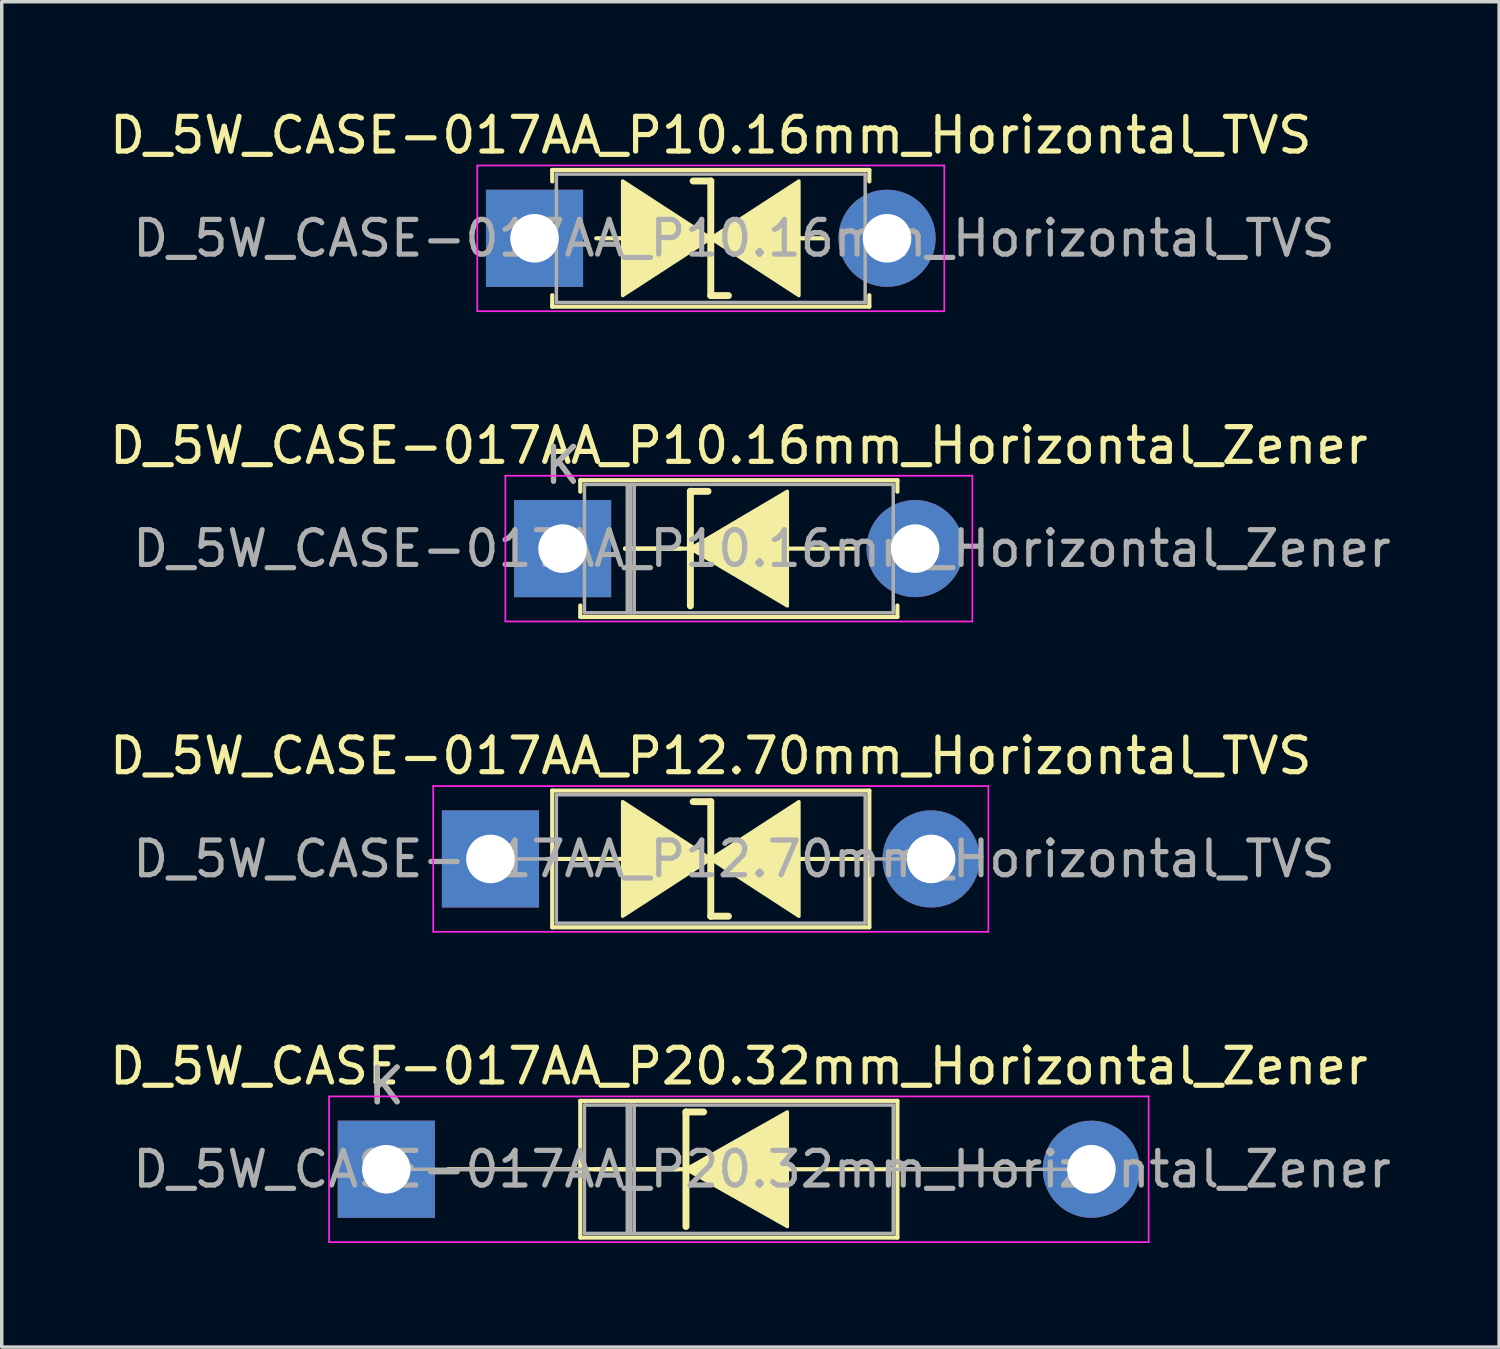
<source format=kicad_pcb>
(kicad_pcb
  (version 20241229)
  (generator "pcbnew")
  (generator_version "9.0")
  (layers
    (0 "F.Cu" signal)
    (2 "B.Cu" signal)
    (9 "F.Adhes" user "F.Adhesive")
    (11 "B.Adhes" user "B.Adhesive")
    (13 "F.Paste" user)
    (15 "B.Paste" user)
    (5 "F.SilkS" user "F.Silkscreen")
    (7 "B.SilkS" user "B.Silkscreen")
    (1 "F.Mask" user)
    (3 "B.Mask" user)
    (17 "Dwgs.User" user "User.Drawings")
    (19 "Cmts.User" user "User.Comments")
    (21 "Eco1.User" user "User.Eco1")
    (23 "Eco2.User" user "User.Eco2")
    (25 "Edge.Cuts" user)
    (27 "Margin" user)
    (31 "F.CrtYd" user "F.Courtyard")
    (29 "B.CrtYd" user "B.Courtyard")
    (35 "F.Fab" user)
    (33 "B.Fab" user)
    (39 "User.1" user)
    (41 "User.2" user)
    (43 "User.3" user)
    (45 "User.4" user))
  (footprint "D_5W_CASE-017AA_P20.32mm_Horizontal_Zener"
    (layer "F.Cu")
    (at 8.084 30.648)
    (property "Reference" "D_5W_CASE-017AA_P20.32mm_Horizontal_Zener" (at 10.16 -2.97 0) (layer "F.SilkS") (effects (font (size 1 1) (thickness 0.15))))
    (fp_line (start 1.778 0) (end 8.41 0) (stroke (width 0.12) (type solid)) (layer "F.SilkS"))
    (fp_line (start 5.59 -1.97) (end 5.59 1.97) (stroke (width 0.12) (type solid)) (layer "F.SilkS"))
    (fp_line (start 5.59 1.97) (end 14.73 1.97) (stroke (width 0.12) (type solid)) (layer "F.SilkS"))
    (fp_line (start 8.636 -1.651) (end 8.636 1.651) (stroke (width 0.2) (type solid)) (layer "F.SilkS"))
    (fp_line (start 8.636 -1.651) (end 9.144 -1.651) (stroke (width 0.2) (type solid)) (layer "F.SilkS"))
    (fp_line (start 8.636 0) (end 6.01 0) (stroke (width 0.12) (type solid)) (layer "F.SilkS"))
    (fp_line (start 14.73 -1.97) (end 5.59 -1.97) (stroke (width 0.12) (type solid)) (layer "F.SilkS"))
    (fp_line (start 14.73 1.97) (end 14.73 -1.97) (stroke (width 0.12) (type solid)) (layer "F.SilkS"))
    (fp_line (start 18.542 0) (end 11.43 0) (stroke (width 0.12) (type solid)) (layer "F.SilkS"))
    (fp_poly (pts (xy 11.557 1.651) (xy 8.636 0) (xy 11.557 -1.651)) (stroke (width 0.1) (type solid)) (fill yes) (layer "F.SilkS"))
    (fp_line (start -1.65 -2.1) (end -1.65 2.1) (stroke (width 0.05) (type solid)) (layer "F.CrtYd"))
    (fp_line (start -1.65 2.1) (end 21.97 2.1) (stroke (width 0.05) (type solid)) (layer "F.CrtYd"))
    (fp_line (start 21.97 -2.1) (end -1.65 -2.1) (stroke (width 0.05) (type solid)) (layer "F.CrtYd"))
    (fp_line (start 21.97 2.1) (end 21.97 -2.1) (stroke (width 0.05) (type solid)) (layer "F.CrtYd"))
    (fp_line (start 0 0) (end 5.71 0) (stroke (width 0.1) (type solid)) (layer "F.Fab"))
    (fp_line (start 5.71 -1.85) (end 5.71 1.85) (stroke (width 0.1) (type solid)) (layer "F.Fab"))
    (fp_line (start 5.71 1.85) (end 14.61 1.85) (stroke (width 0.1) (type solid)) (layer "F.Fab"))
    (fp_line (start 6.945 -1.85) (end 6.945 1.85) (stroke (width 0.1) (type solid)) (layer "F.Fab"))
    (fp_line (start 7.045 -1.85) (end 7.045 1.85) (stroke (width 0.1) (type solid)) (layer "F.Fab"))
    (fp_line (start 7.145 -1.85) (end 7.145 1.85) (stroke (width 0.1) (type solid)) (layer "F.Fab"))
    (fp_line (start 14.61 -1.85) (end 5.71 -1.85) (stroke (width 0.1) (type solid)) (layer "F.Fab"))
    (fp_line (start 14.61 1.85) (end 14.61 -1.85) (stroke (width 0.1) (type solid)) (layer "F.Fab"))
    (fp_line (start 20.32 0) (end 14.61 0) (stroke (width 0.1) (type solid)) (layer "F.Fab"))
    (fp_text user "K" (at 0 -2.4 0) (layer "F.SilkS") (effects (font (size 1 1) (thickness 0.15))))
    (fp_text user "${REFERENCE}" (at 10.828 0 0) (layer "F.Fab") (effects (font (size 1 1) (thickness 0.15))))
    (fp_text user "K" (at 0 -2.4 0) (layer "F.Fab") (effects (font (size 1 1) (thickness 0.15))))
    (pad "1" thru_hole rect (at 0 0) (size 2.8 2.8) (drill 1.4) (layers "*.Cu" "*.Mask"))
    (pad "2" thru_hole oval (at 20.32 0) (size 2.8 2.8) (drill 1.4) (layers "*.Cu" "*.Mask")))
  (footprint "D_5W_CASE-017AA_P10.16mm_Horizontal_TVS"
    (layer "F.Cu")
    (at 12.355 3.818)
    (property "Reference" "D_5W_CASE-017AA_P10.16mm_Horizontal_TVS" (at 5.08 -2.97 0) (layer "F.SilkS") (effects (font (size 1 1) (thickness 0.15))))
    (fp_line (start 0.51 -1.97) (end 9.65 -1.97) (stroke (width 0.12) (type solid)) (layer "F.SilkS"))
    (fp_line (start 0.51 -1.64) (end 0.51 -1.97) (stroke (width 0.12) (type solid)) (layer "F.SilkS"))
    (fp_line (start 0.51 1.64) (end 0.51 1.97) (stroke (width 0.12) (type solid)) (layer "F.SilkS"))
    (fp_line (start 0.51 1.97) (end 9.65 1.97) (stroke (width 0.12) (type solid)) (layer "F.SilkS"))
    (fp_line (start 1.778 0) (end 2.54 0) (stroke (width 0.12) (type solid)) (layer "F.SilkS"))
    (fp_line (start 5.08 -1.651) (end 4.572 -1.651) (stroke (width 0.2) (type solid)) (layer "F.SilkS"))
    (fp_line (start 5.08 1.651) (end 5.08 -1.651) (stroke (width 0.2) (type solid)) (layer "F.SilkS"))
    (fp_line (start 5.588 1.651) (end 5.08 1.651) (stroke (width 0.2) (type solid)) (layer "F.SilkS"))
    (fp_line (start 8.382 0) (end 7.62 0) (stroke (width 0.12) (type solid)) (layer "F.SilkS"))
    (fp_line (start 9.65 -1.97) (end 9.65 -1.64) (stroke (width 0.12) (type solid)) (layer "F.SilkS"))
    (fp_line (start 9.65 1.97) (end 9.65 1.64) (stroke (width 0.12) (type solid)) (layer "F.SilkS"))
    (fp_poly (pts (xy 5.08 0) (xy 2.54 1.651) (xy 2.54 -1.651)) (stroke (width 0.1) (type solid)) (fill yes) (layer "F.SilkS"))
    (fp_poly (pts (xy 5.08 0) (xy 7.62 -1.651) (xy 7.62 1.651)) (stroke (width 0.1) (type solid)) (fill yes) (layer "F.SilkS"))
    (fp_line (start -1.65 -2.1) (end -1.65 2.1) (stroke (width 0.05) (type solid)) (layer "F.CrtYd"))
    (fp_line (start -1.65 2.1) (end 11.81 2.1) (stroke (width 0.05) (type solid)) (layer "F.CrtYd"))
    (fp_line (start 11.81 -2.1) (end -1.65 -2.1) (stroke (width 0.05) (type solid)) (layer "F.CrtYd"))
    (fp_line (start 11.81 2.1) (end 11.81 -2.1) (stroke (width 0.05) (type solid)) (layer "F.CrtYd"))
    (fp_line (start 0 0) (end 0.63 0) (stroke (width 0.1) (type solid)) (layer "F.Fab"))
    (fp_line (start 0.63 -1.85) (end 0.63 1.85) (stroke (width 0.1) (type solid)) (layer "F.Fab"))
    (fp_line (start 0.63 1.85) (end 9.53 1.85) (stroke (width 0.1) (type solid)) (layer "F.Fab"))
    (fp_line (start 9.53 -1.85) (end 0.63 -1.85) (stroke (width 0.1) (type solid)) (layer "F.Fab"))
    (fp_line (start 9.53 1.85) (end 9.53 -1.85) (stroke (width 0.1) (type solid)) (layer "F.Fab"))
    (fp_line (start 10.16 0) (end 9.53 0) (stroke (width 0.1) (type solid)) (layer "F.Fab"))
    (fp_text user "${REFERENCE}" (at 5.747 0 0) (layer "F.Fab") (effects (font (size 1 1) (thickness 0.15))))
    (pad "1" thru_hole rect (at 0 0) (size 2.8 2.8) (drill 1.4) (layers "*.Cu" "*.Mask"))
    (pad "2" thru_hole oval (at 10.16 0) (size 2.8 2.8) (drill 1.4) (layers "*.Cu" "*.Mask")))
  (footprint "D_5W_CASE-017AA_P10.16mm_Horizontal_Zener"
    (layer "F.Cu")
    (at 13.164 12.761)
    (property "Reference" "D_5W_CASE-017AA_P10.16mm_Horizontal_Zener" (at 5.08 -2.97 0) (layer "F.SilkS") (effects (font (size 1 1) (thickness 0.15))))
    (fp_line (start 0.51 -1.97) (end 9.65 -1.97) (stroke (width 0.12) (type solid)) (layer "F.SilkS"))
    (fp_line (start 0.51 -1.64) (end 0.51 -1.97) (stroke (width 0.12) (type solid)) (layer "F.SilkS"))
    (fp_line (start 0.51 1.64) (end 0.51 1.97) (stroke (width 0.12) (type solid)) (layer "F.SilkS"))
    (fp_line (start 0.51 1.97) (end 9.65 1.97) (stroke (width 0.12) (type solid)) (layer "F.SilkS"))
    (fp_line (start 1.8 0) (end 3.4 0) (stroke (width 0.12) (type solid)) (layer "F.SilkS"))
    (fp_line (start 3.683 -1.651) (end 3.683 1.651) (stroke (width 0.2) (type solid)) (layer "F.SilkS"))
    (fp_line (start 3.683 -1.651) (end 4.191 -1.651) (stroke (width 0.2) (type solid)) (layer "F.SilkS"))
    (fp_line (start 3.683 0) (end 1.8 0) (stroke (width 0.12) (type solid)) (layer "F.SilkS"))
    (fp_line (start 8.4 0) (end 6.35 0) (stroke (width 0.12) (type solid)) (layer "F.SilkS"))
    (fp_line (start 9.65 -1.97) (end 9.65 -1.64) (stroke (width 0.12) (type solid)) (layer "F.SilkS"))
    (fp_line (start 9.65 1.97) (end 9.65 1.64) (stroke (width 0.12) (type solid)) (layer "F.SilkS"))
    (fp_poly (pts (xy 6.477 1.651) (xy 3.683 0) (xy 6.477 -1.651)) (stroke (width 0.1) (type solid)) (fill yes) (layer "F.SilkS"))
    (fp_line (start -1.65 -2.1) (end -1.65 2.1) (stroke (width 0.05) (type solid)) (layer "F.CrtYd"))
    (fp_line (start -1.65 2.1) (end 11.81 2.1) (stroke (width 0.05) (type solid)) (layer "F.CrtYd"))
    (fp_line (start 11.81 -2.1) (end -1.65 -2.1) (stroke (width 0.05) (type solid)) (layer "F.CrtYd"))
    (fp_line (start 11.81 2.1) (end 11.81 -2.1) (stroke (width 0.05) (type solid)) (layer "F.CrtYd"))
    (fp_line (start 0 0) (end 0.63 0) (stroke (width 0.1) (type solid)) (layer "F.Fab"))
    (fp_line (start 0.63 -1.85) (end 0.63 1.85) (stroke (width 0.1) (type solid)) (layer "F.Fab"))
    (fp_line (start 0.63 1.85) (end 9.53 1.85) (stroke (width 0.1) (type solid)) (layer "F.Fab"))
    (fp_line (start 1.865 -1.85) (end 1.865 1.85) (stroke (width 0.1) (type solid)) (layer "F.Fab"))
    (fp_line (start 1.965 -1.85) (end 1.965 1.85) (stroke (width 0.1) (type solid)) (layer "F.Fab"))
    (fp_line (start 2.065 -1.85) (end 2.065 1.85) (stroke (width 0.1) (type solid)) (layer "F.Fab"))
    (fp_line (start 9.53 -1.85) (end 0.63 -1.85) (stroke (width 0.1) (type solid)) (layer "F.Fab"))
    (fp_line (start 9.53 1.85) (end 9.53 -1.85) (stroke (width 0.1) (type solid)) (layer "F.Fab"))
    (fp_line (start 10.16 0) (end 9.53 0) (stroke (width 0.1) (type solid)) (layer "F.Fab"))
    (fp_text user "K" (at 0 -2.4 0) (layer "F.SilkS") (effects (font (size 1 1) (thickness 0.15))))
    (fp_text user "K" (at 0 -2.4 0) (layer "F.Fab") (effects (font (size 1 1) (thickness 0.15))))
    (fp_text user "${REFERENCE}" (at 5.747 0 0) (layer "F.Fab") (effects (font (size 1 1) (thickness 0.15))))
    (pad "1" thru_hole rect (at 0 0) (size 2.8 2.8) (drill 1.4) (layers "*.Cu" "*.Mask"))
    (pad "2" thru_hole oval (at 10.16 0) (size 2.8 2.8) (drill 1.4) (layers "*.Cu" "*.Mask")))
  (footprint "D_5W_CASE-017AA_P12.70mm_Horizontal_TVS"
    (layer "F.Cu")
    (at 11.085 21.705)
    (property "Reference" "D_5W_CASE-017AA_P12.70mm_Horizontal_TVS" (at 6.35 -2.97 0) (layer "F.SilkS") (effects (font (size 1 1) (thickness 0.15))))
    (fp_line (start 1.64 0) (end 1.78 0) (stroke (width 0.12) (type solid)) (layer "F.SilkS"))
    (fp_line (start 1.778 0) (end 3.81 0) (stroke (width 0.12) (type solid)) (layer "F.SilkS"))
    (fp_line (start 1.78 -1.97) (end 1.78 1.97) (stroke (width 0.12) (type solid)) (layer "F.SilkS"))
    (fp_line (start 1.78 1.97) (end 10.92 1.97) (stroke (width 0.12) (type solid)) (layer "F.SilkS"))
    (fp_line (start 6.35 -1.651) (end 5.842 -1.651) (stroke (width 0.2) (type solid)) (layer "F.SilkS"))
    (fp_line (start 6.35 1.651) (end 6.35 -1.651) (stroke (width 0.2) (type solid)) (layer "F.SilkS"))
    (fp_line (start 6.858 1.651) (end 6.35 1.651) (stroke (width 0.2) (type solid)) (layer "F.SilkS"))
    (fp_line (start 10.92 -1.97) (end 1.78 -1.97) (stroke (width 0.12) (type solid)) (layer "F.SilkS"))
    (fp_line (start 10.92 0) (end 8.89 0) (stroke (width 0.12) (type solid)) (layer "F.SilkS"))
    (fp_line (start 10.92 1.97) (end 10.92 -1.97) (stroke (width 0.12) (type solid)) (layer "F.SilkS"))
    (fp_line (start 11.06 0) (end 10.92 0) (stroke (width 0.12) (type solid)) (layer "F.SilkS"))
    (fp_poly (pts (xy 6.35 0) (xy 3.81 1.651) (xy 3.81 -1.651)) (stroke (width 0.1) (type solid)) (fill yes) (layer "F.SilkS"))
    (fp_poly (pts (xy 6.35 0) (xy 8.89 -1.651) (xy 8.89 1.651)) (stroke (width 0.1) (type solid)) (fill yes) (layer "F.SilkS"))
    (fp_line (start -1.65 -2.1) (end -1.65 2.1) (stroke (width 0.05) (type solid)) (layer "F.CrtYd"))
    (fp_line (start -1.65 2.1) (end 14.35 2.1) (stroke (width 0.05) (type solid)) (layer "F.CrtYd"))
    (fp_line (start 14.35 -2.1) (end -1.65 -2.1) (stroke (width 0.05) (type solid)) (layer "F.CrtYd"))
    (fp_line (start 14.35 2.1) (end 14.35 -2.1) (stroke (width 0.05) (type solid)) (layer "F.CrtYd"))
    (fp_line (start 0 0) (end 1.9 0) (stroke (width 0.1) (type solid)) (layer "F.Fab"))
    (fp_line (start 1.9 -1.85) (end 1.9 1.85) (stroke (width 0.1) (type solid)) (layer "F.Fab"))
    (fp_line (start 1.9 1.85) (end 10.8 1.85) (stroke (width 0.1) (type solid)) (layer "F.Fab"))
    (fp_line (start 10.8 -1.85) (end 1.9 -1.85) (stroke (width 0.1) (type solid)) (layer "F.Fab"))
    (fp_line (start 10.8 1.85) (end 10.8 -1.85) (stroke (width 0.1) (type solid)) (layer "F.Fab"))
    (fp_line (start 12.7 0) (end 10.8 0) (stroke (width 0.1) (type solid)) (layer "F.Fab"))
    (fp_text user "${REFERENCE}" (at 7.018 0 0) (layer "F.Fab") (effects (font (size 1 1) (thickness 0.15))))
    (pad "1" thru_hole rect (at 0 0) (size 2.8 2.8) (drill 1.4) (layers "*.Cu" "*.Mask"))
    (pad "2" thru_hole oval (at 12.7 0) (size 2.8 2.8) (drill 1.4) (layers "*.Cu" "*.Mask")))
  (gr_rect
    (start -3 -3)
    (end 40.156 35.773)
    (stroke (width 0.1) (type default))
    (fill no)
    (layer "Edge.Cuts")))
</source>
